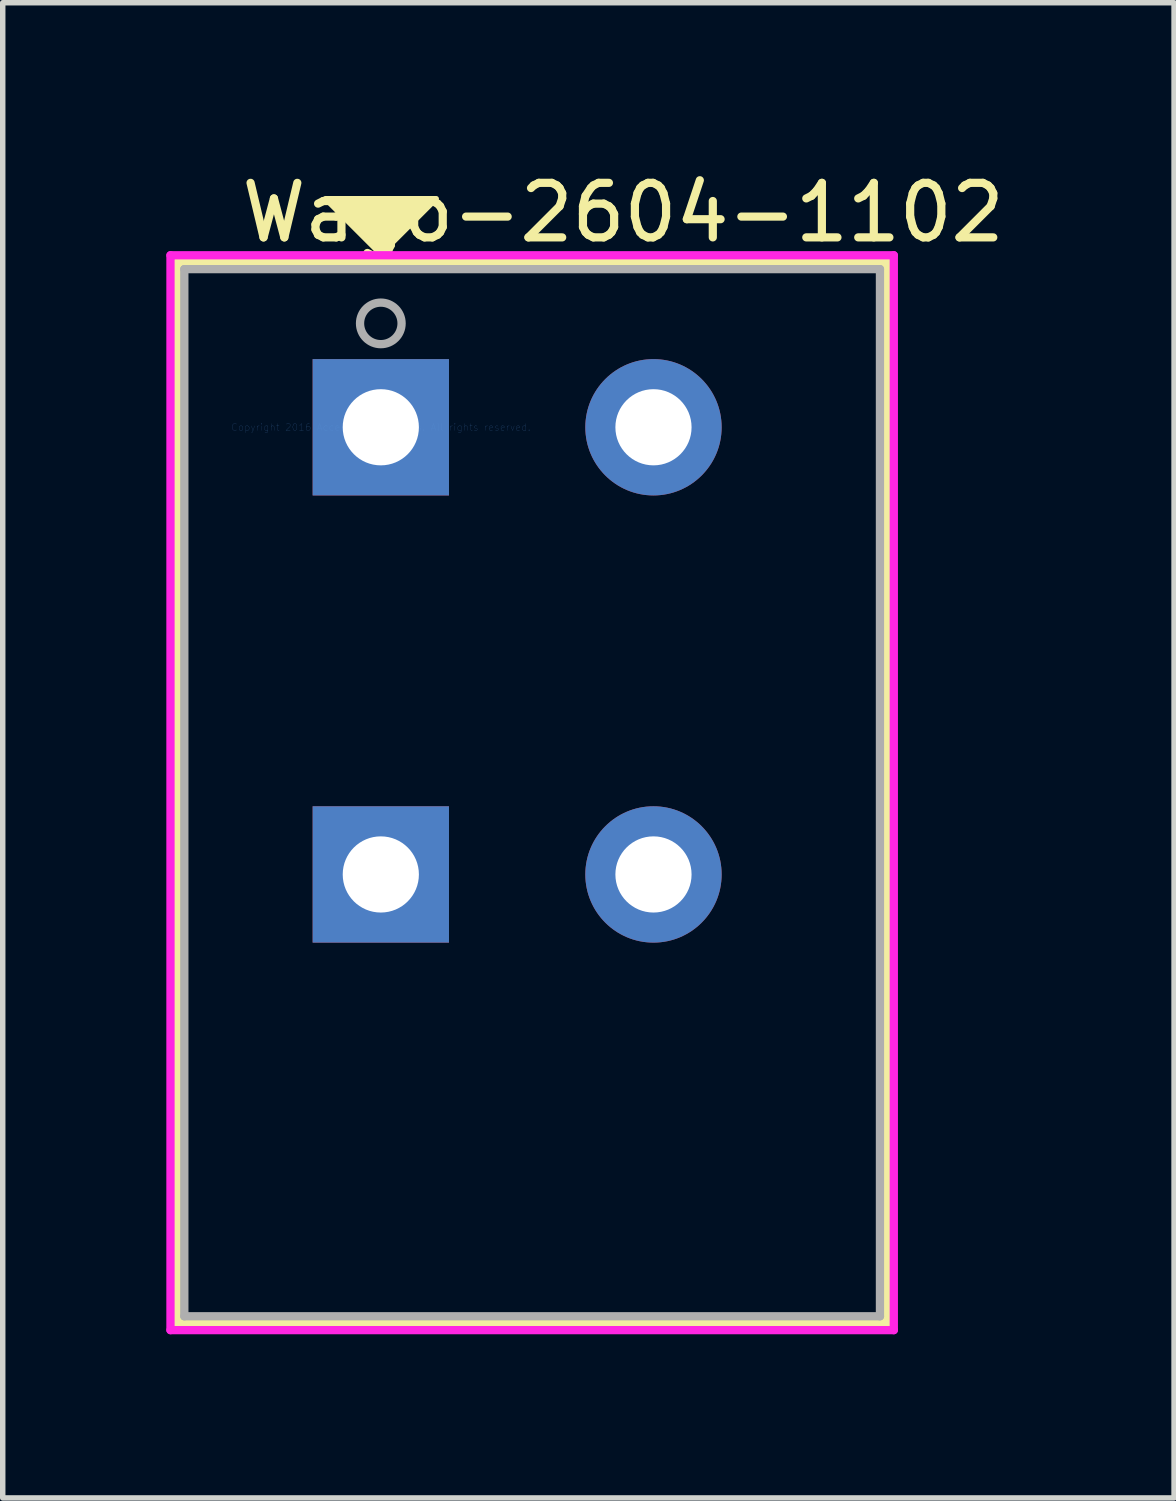
<source format=kicad_pcb>
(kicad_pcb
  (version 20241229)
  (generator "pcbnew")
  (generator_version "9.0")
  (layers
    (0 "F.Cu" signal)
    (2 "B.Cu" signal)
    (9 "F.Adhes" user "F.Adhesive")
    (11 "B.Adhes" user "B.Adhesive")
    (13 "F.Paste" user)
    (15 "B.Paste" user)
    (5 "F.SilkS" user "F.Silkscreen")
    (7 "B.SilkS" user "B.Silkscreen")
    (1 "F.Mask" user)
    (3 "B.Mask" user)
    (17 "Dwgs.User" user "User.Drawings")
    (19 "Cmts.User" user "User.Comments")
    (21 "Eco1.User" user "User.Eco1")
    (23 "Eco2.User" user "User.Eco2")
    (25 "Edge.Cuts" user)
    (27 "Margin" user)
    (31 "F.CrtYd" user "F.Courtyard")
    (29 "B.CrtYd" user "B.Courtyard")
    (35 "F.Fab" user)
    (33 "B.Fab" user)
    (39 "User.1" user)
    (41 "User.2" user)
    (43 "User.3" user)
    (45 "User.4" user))
  (footprint "Wago-2604-1102"
    (layer "F.Cu")
    (at 3.933 4.785)
    (property "Reference" "Wago-2604-1102" (at 4.445 -3.937 0) (layer "F.SilkS") (effects (font (size 1 1) (thickness 0.15))))
    (attr through_hole)
    (fp_line (start -3.73 -3.027) (end -3.73 16.429) (stroke (width 0.152) (type solid)) (layer "F.SilkS"))
    (fp_line (start -3.73 16.429) (end 9.28 16.429) (stroke (width 0.152) (type solid)) (layer "F.SilkS"))
    (fp_line (start 9.28 -3.027) (end -3.73 -3.027) (stroke (width 0.152) (type solid)) (layer "F.SilkS"))
    (fp_line (start 9.28 16.429) (end 9.28 -3.027) (stroke (width 0.152) (type solid)) (layer "F.SilkS"))
    (fp_poly (pts (xy 0 -3.175) (xy -1.016 -4.191) (xy 1.016 -4.191)) (stroke (width 0.1) (type solid)) (fill yes) (layer "F.SilkS"))
    (fp_line (start -3.857 -3.154) (end -3.857 16.556) (stroke (width 0.152) (type solid)) (layer "F.CrtYd"))
    (fp_line (start -3.857 16.556) (end 9.407 16.556) (stroke (width 0.152) (type solid)) (layer "F.CrtYd"))
    (fp_line (start 9.407 -3.154) (end -3.857 -3.154) (stroke (width 0.152) (type solid)) (layer "F.CrtYd"))
    (fp_line (start 9.407 16.556) (end 9.407 -3.154) (stroke (width 0.152) (type solid)) (layer "F.CrtYd"))
    (fp_line (start -3.603 -2.9) (end -3.603 16.302) (stroke (width 0.152) (type solid)) (layer "F.Fab"))
    (fp_line (start -3.603 16.302) (end 9.153 16.302) (stroke (width 0.152) (type solid)) (layer "F.Fab"))
    (fp_line (start 9.153 -2.9) (end -3.603 -2.9) (stroke (width 0.152) (type solid)) (layer "F.Fab"))
    (fp_line (start 9.153 16.302) (end 9.153 -2.9) (stroke (width 0.152) (type solid)) (layer "F.Fab"))
    (fp_circle (center 0 -1.905) (end 0.381 -1.905) (stroke (width 0.152) (type solid)) (fill no) (layer "F.Fab"))
    (fp_text user "Copyright 2016 Accelerated Designs. All rights reserved." (at 0 0 0) (layer "Cmts.User") (effects (font (size 0.127 0.127) (thickness 0.002))))
    (pad "1" thru_hole rect (at 0.000001 0) (size 2.5 2.5) (drill 1.397) (layers "*.Cu" "*.Mask"))
    (pad "1" thru_hole rect (at 0.000001 8.2) (size 2.5 2.5) (drill 1.397) (layers "*.Cu" "*.Mask"))
    (pad "2" thru_hole circle (at 5 0) (size 2.5 2.5) (drill 1.397) (layers "*.Cu" "*.Mask"))
    (pad "2" thru_hole circle (at 5 8.2) (size 2.5 2.5) (drill 1.397) (layers "*.Cu" "*.Mask")))
  (gr_rect
    (start -3 -3)
    (end 18.479 24.418)
    (stroke (width 0.1) (type default))
    (fill no)
    (layer "Edge.Cuts")))
</source>
